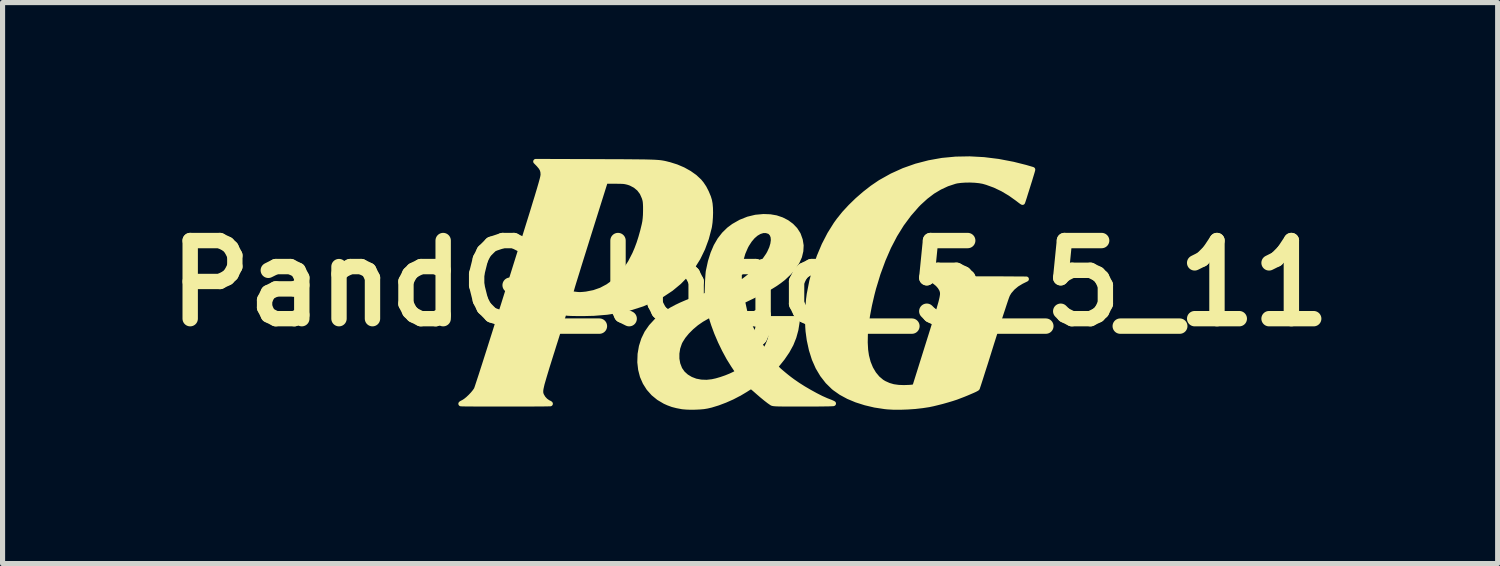
<source format=kicad_pcb>
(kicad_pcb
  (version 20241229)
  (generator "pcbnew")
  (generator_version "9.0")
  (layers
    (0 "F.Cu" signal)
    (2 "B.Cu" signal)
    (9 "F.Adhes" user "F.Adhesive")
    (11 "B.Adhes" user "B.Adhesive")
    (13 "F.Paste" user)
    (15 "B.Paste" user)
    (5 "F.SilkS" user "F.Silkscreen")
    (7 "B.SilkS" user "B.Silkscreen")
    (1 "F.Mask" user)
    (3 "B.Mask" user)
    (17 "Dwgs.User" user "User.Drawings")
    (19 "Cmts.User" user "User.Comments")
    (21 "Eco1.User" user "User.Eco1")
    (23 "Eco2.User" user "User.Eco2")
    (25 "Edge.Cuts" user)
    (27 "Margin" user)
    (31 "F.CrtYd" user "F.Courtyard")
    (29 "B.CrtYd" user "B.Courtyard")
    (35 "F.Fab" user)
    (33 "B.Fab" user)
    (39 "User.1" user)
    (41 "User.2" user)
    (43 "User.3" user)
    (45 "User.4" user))
  (footprint "PandG_logo_5_5_11"
    (layer "F.Cu")
    (at 11.582 2.477)
    (property "Reference" "PandG_logo_5_5_11" (at 0 0 0) (layer "F.SilkS") (effects (font (size 1.524 1.524) (thickness 0.3))))
    (attr through_hole)
    (fp_poly (pts (xy 5.513 -2.219) (xy 5.511 -2.208) (xy 5.503 -2.179) (xy 5.49 -2.135) (xy 5.473 -2.08) (xy 5.454 -2.016) (xy 5.432 -1.947) (xy 5.41 -1.876) (xy 5.388 -1.806) (xy 5.367 -1.74) (xy 5.349 -1.681) (xy 5.333 -1.633) (xy 5.322 -1.599) (xy 5.315 -1.581) (xy 5.315 -1.58) (xy 5.305 -1.585) (xy 5.282 -1.601) (xy 5.249 -1.626) (xy 5.214 -1.653) (xy 5.075 -1.752) (xy 4.927 -1.84) (xy 4.774 -1.913) (xy 4.623 -1.968) (xy 4.547 -1.99) (xy 4.474 -2.003) (xy 4.387 -2.012) (xy 4.294 -2.016) (xy 4.199 -2.015) (xy 4.11 -2.009) (xy 4.033 -1.999) (xy 3.995 -1.99) (xy 3.843 -1.94) (xy 3.699 -1.873) (xy 3.562 -1.791) (xy 3.428 -1.689) (xy 3.295 -1.568) (xy 3.253 -1.525) (xy 3.1 -1.35) (xy 2.956 -1.156) (xy 2.824 -0.943) (xy 2.703 -0.711) (xy 2.594 -0.46) (xy 2.495 -0.191) (xy 2.408 0.095) (xy 2.377 0.215) (xy 2.328 0.426) (xy 2.29 0.626) (xy 2.264 0.815) (xy 2.248 0.991) (xy 2.245 1.153) (xy 2.253 1.299) (xy 2.27 1.416) (xy 2.304 1.546) (xy 2.352 1.663) (xy 2.413 1.766) (xy 2.485 1.853) (xy 2.567 1.922) (xy 2.615 1.951) (xy 2.704 1.991) (xy 2.794 2.017) (xy 2.893 2.031) (xy 2.998 2.035) (xy 3.055 2.033) (xy 3.108 2.031) (xy 3.15 2.028) (xy 3.176 2.024) (xy 3.215 2.015) (xy 3.485 1.154) (xy 3.536 0.992) (xy 3.58 0.85) (xy 3.619 0.725) (xy 3.652 0.618) (xy 3.68 0.526) (xy 3.702 0.448) (xy 3.721 0.383) (xy 3.735 0.328) (xy 3.745 0.283) (xy 3.751 0.247) (xy 3.755 0.217) (xy 3.755 0.192) (xy 3.753 0.171) (xy 3.749 0.152) (xy 3.743 0.135) (xy 3.736 0.117) (xy 3.733 0.111) (xy 3.704 0.064) (xy 3.661 0.015) (xy 3.607 -0.029) (xy 3.563 -0.058) (xy 3.514 -0.083) (xy 3.983 -0.086) (xy 4.11 -0.087) (xy 4.251 -0.087) (xy 4.402 -0.087) (xy 4.554 -0.087) (xy 4.703 -0.087) (xy 4.84 -0.087) (xy 4.921 -0.086) (xy 5.389 -0.083) (xy 5.292 -0.035) (xy 5.201 0.02) (xy 5.121 0.087) (xy 5.056 0.162) (xy 5.023 0.217) (xy 5.014 0.238) (xy 4.999 0.278) (xy 4.979 0.336) (xy 4.954 0.411) (xy 4.925 0.5) (xy 4.891 0.602) (xy 4.855 0.715) (xy 4.816 0.837) (xy 4.774 0.968) (xy 4.731 1.104) (xy 4.713 1.16) (xy 4.671 1.295) (xy 4.631 1.423) (xy 4.593 1.544) (xy 4.557 1.656) (xy 4.525 1.756) (xy 4.497 1.845) (xy 4.473 1.919) (xy 4.454 1.978) (xy 4.44 2.019) (xy 4.433 2.042) (xy 4.431 2.046) (xy 4.415 2.056) (xy 4.383 2.073) (xy 4.337 2.094) (xy 4.281 2.118) (xy 4.22 2.144) (xy 4.156 2.17) (xy 4.093 2.194) (xy 4.036 2.216) (xy 4.014 2.224) (xy 3.934 2.25) (xy 3.843 2.277) (xy 3.748 2.304) (xy 3.653 2.328) (xy 3.567 2.349) (xy 3.495 2.364) (xy 3.492 2.365) (xy 3.361 2.385) (xy 3.221 2.401) (xy 3.077 2.411) (xy 2.936 2.416) (xy 2.802 2.416) (xy 2.681 2.409) (xy 2.632 2.404) (xy 2.434 2.374) (xy 2.248 2.33) (xy 2.075 2.275) (xy 1.917 2.209) (xy 1.775 2.132) (xy 1.651 2.045) (xy 1.628 2.026) (xy 1.513 1.913) (xy 1.412 1.783) (xy 1.325 1.637) (xy 1.253 1.474) (xy 1.197 1.296) (xy 1.155 1.103) (xy 1.132 0.934) (xy 1.126 0.849) (xy 1.123 0.749) (xy 1.124 0.638) (xy 1.127 0.524) (xy 1.133 0.412) (xy 1.142 0.309) (xy 1.154 0.22) (xy 1.154 0.217) (xy 1.204 -0.038) (xy 1.269 -0.285) (xy 1.35 -0.522) (xy 1.445 -0.747) (xy 1.554 -0.958) (xy 1.676 -1.153) (xy 1.731 -1.229) (xy 1.837 -1.361) (xy 1.96 -1.494) (xy 2.095 -1.625) (xy 2.238 -1.749) (xy 2.384 -1.863) (xy 2.528 -1.961) (xy 2.545 -1.972) (xy 2.767 -2.096) (xy 2.999 -2.201) (xy 3.24 -2.286) (xy 3.49 -2.351) (xy 3.747 -2.397) (xy 4.012 -2.422) (xy 4.283 -2.427) (xy 4.56 -2.412) (xy 4.843 -2.377) (xy 5.13 -2.322) (xy 5.373 -2.261) (xy 5.424 -2.246) (xy 5.468 -2.233) (xy 5.499 -2.224) (xy 5.513 -2.219) (xy 5.513 -2.219)) (stroke (width 0.1) (type solid)) (fill yes) (layer "F.SilkS"))
    (fp_poly (pts (xy -0.772 -1.378) (xy -0.775 -1.284) (xy -0.782 -1.191) (xy -0.794 -1.107) (xy -0.798 -1.088) (xy -0.853 -0.878) (xy -0.926 -0.68) (xy -1.016 -0.495) (xy -1.123 -0.324) (xy -1.246 -0.167) (xy -1.386 -0.024) (xy -1.542 0.105) (xy -1.714 0.219) (xy -1.9 0.318) (xy -2.038 0.376) (xy -2.038 -1.427) (xy -2.038 -1.495) (xy -2.04 -1.546) (xy -2.043 -1.585) (xy -2.048 -1.619) (xy -2.057 -1.651) (xy -2.065 -1.676) (xy -2.105 -1.767) (xy -2.163 -1.844) (xy -2.237 -1.906) (xy -2.326 -1.953) (xy -2.369 -1.968) (xy -2.403 -1.977) (xy -2.435 -1.984) (xy -2.472 -1.989) (xy -2.517 -1.991) (xy -2.576 -1.992) (xy -2.636 -1.993) (xy -2.823 -1.993) (xy -3.166 -0.901) (xy -3.213 -0.75) (xy -3.258 -0.606) (xy -3.301 -0.469) (xy -3.341 -0.341) (xy -3.377 -0.223) (xy -3.41 -0.117) (xy -3.439 -0.024) (xy -3.463 0.055) (xy -3.481 0.118) (xy -3.495 0.163) (xy -3.502 0.19) (xy -3.504 0.197) (xy -3.49 0.202) (xy -3.461 0.207) (xy -3.422 0.212) (xy -3.38 0.217) (xy -3.342 0.22) (xy -3.331 0.221) (xy -3.302 0.22) (xy -3.259 0.217) (xy -3.21 0.212) (xy -3.192 0.21) (xy -3.045 0.181) (xy -2.905 0.132) (xy -2.773 0.062) (xy -2.649 -0.027) (xy -2.535 -0.136) (xy -2.429 -0.262) (xy -2.334 -0.407) (xy -2.25 -0.57) (xy -2.206 -0.673) (xy -2.166 -0.78) (xy -2.128 -0.899) (xy -2.094 -1.021) (xy -2.066 -1.136) (xy -2.064 -1.144) (xy -2.052 -1.205) (xy -2.045 -1.266) (xy -2.04 -1.332) (xy -2.038 -1.412) (xy -2.038 -1.427) (xy -2.038 0.376) (xy -2.102 0.403) (xy -2.317 0.472) (xy -2.547 0.525) (xy -2.79 0.563) (xy -3.047 0.584) (xy -3.254 0.589) (xy -3.33 0.589) (xy -3.402 0.588) (xy -3.467 0.587) (xy -3.52 0.585) (xy -3.556 0.583) (xy -3.562 0.582) (xy -3.628 0.575) (xy -3.646 0.629) (xy -3.652 0.649) (xy -3.665 0.688) (xy -3.682 0.744) (xy -3.705 0.816) (xy -3.732 0.901) (xy -3.762 0.997) (xy -3.795 1.103) (xy -3.831 1.216) (xy -3.868 1.335) (xy -3.875 1.356) (xy -3.92 1.5) (xy -3.959 1.624) (xy -3.991 1.73) (xy -4.018 1.82) (xy -4.04 1.896) (xy -4.058 1.958) (xy -4.07 2.01) (xy -4.079 2.051) (xy -4.084 2.085) (xy -4.085 2.112) (xy -4.084 2.135) (xy -4.08 2.155) (xy -4.074 2.173) (xy -4.066 2.191) (xy -4.065 2.193) (xy -4.035 2.243) (xy -3.993 2.288) (xy -3.947 2.321) (xy -3.934 2.328) (xy -3.91 2.339) (xy -3.898 2.348) (xy -3.897 2.349) (xy -3.908 2.349) (xy -3.94 2.35) (xy -3.99 2.351) (xy -4.057 2.352) (xy -4.14 2.352) (xy -4.237 2.353) (xy -4.346 2.353) (xy -4.465 2.354) (xy -4.593 2.354) (xy -4.728 2.354) (xy -4.769 2.354) (xy -4.906 2.354) (xy -5.036 2.354) (xy -5.158 2.354) (xy -5.271 2.353) (xy -5.371 2.353) (xy -5.458 2.352) (xy -5.53 2.352) (xy -5.586 2.351) (xy -5.623 2.35) (xy -5.64 2.349) (xy -5.641 2.349) (xy -5.632 2.342) (xy -5.608 2.329) (xy -5.588 2.319) (xy -5.549 2.294) (xy -5.502 2.256) (xy -5.453 2.21) (xy -5.406 2.16) (xy -5.367 2.112) (xy -5.339 2.071) (xy -5.339 2.071) (xy -5.333 2.055) (xy -5.32 2.018) (xy -5.302 1.963) (xy -5.278 1.89) (xy -5.248 1.799) (xy -5.214 1.693) (xy -5.175 1.572) (xy -5.132 1.437) (xy -5.085 1.29) (xy -5.035 1.131) (xy -4.981 0.961) (xy -4.925 0.782) (xy -4.866 0.594) (xy -4.804 0.399) (xy -4.741 0.198) (xy -4.676 -0.009) (xy -4.674 -0.017) (xy -4.597 -0.263) (xy -4.526 -0.49) (xy -4.461 -0.697) (xy -4.402 -0.885) (xy -4.349 -1.056) (xy -4.301 -1.21) (xy -4.258 -1.348) (xy -4.22 -1.472) (xy -4.187 -1.581) (xy -4.157 -1.677) (xy -4.132 -1.761) (xy -4.11 -1.834) (xy -4.092 -1.896) (xy -4.077 -1.948) (xy -4.065 -1.992) (xy -4.055 -2.028) (xy -4.048 -2.057) (xy -4.043 -2.08) (xy -4.04 -2.098) (xy -4.038 -2.111) (xy -4.037 -2.121) (xy -4.041 -2.176) (xy -4.054 -2.222) (xy -4.079 -2.265) (xy -4.119 -2.313) (xy -4.129 -2.324) (xy -4.181 -2.377) (xy -3.004 -2.373) (xy -2.813 -2.372) (xy -2.643 -2.371) (xy -2.493 -2.371) (xy -2.36 -2.37) (xy -2.244 -2.369) (xy -2.143 -2.368) (xy -2.056 -2.367) (xy -1.981 -2.365) (xy -1.917 -2.363) (xy -1.863 -2.361) (xy -1.816 -2.358) (xy -1.776 -2.355) (xy -1.741 -2.351) (xy -1.71 -2.346) (xy -1.682 -2.341) (xy -1.654 -2.335) (xy -1.626 -2.328) (xy -1.596 -2.32) (xy -1.577 -2.316) (xy -1.437 -2.272) (xy -1.306 -2.216) (xy -1.186 -2.149) (xy -1.08 -2.074) (xy -0.991 -1.991) (xy -0.949 -1.94) (xy -0.898 -1.864) (xy -0.852 -1.774) (xy -0.813 -1.681) (xy -0.793 -1.616) (xy -0.781 -1.55) (xy -0.774 -1.469) (xy -0.772 -1.378)) (stroke (width 0.1) (type solid)) (fill yes) (layer "F.SilkS"))
    (fp_poly (pts (xy 1.626 2.345) (xy 1.617 2.347) (xy 1.588 2.348) (xy 1.541 2.35) (xy 1.478 2.351) (xy 1.4 2.352) (xy 1.31 2.353) (xy 1.21 2.354) (xy 1.102 2.354) (xy 1.046 2.354) (xy 0.915 2.354) (xy 0.805 2.354) (xy 0.713 2.353) (xy 0.638 2.353) (xy 0.578 2.352) (xy 0.531 2.351) (xy 0.495 2.349) (xy 0.469 2.347) (xy 0.45 2.344) (xy 0.437 2.341) (xy 0.428 2.337) (xy 0.424 2.335) (xy 0.372 2.299) (xy 0.307 2.249) (xy 0.233 2.188) (xy 0.153 2.119) (xy 0.146 2.113) (xy 0.103 2.075) (xy 0.067 2.044) (xy 0.039 2.022) (xy 0.023 2.011) (xy 0.021 2.01) (xy 0.009 2.016) (xy -0.018 2.031) (xy -0.055 2.054) (xy -0.091 2.077) (xy -0.213 2.15) (xy -0.236 2.161) (xy -0.236 1.731) (xy -0.326 1.596) (xy -0.414 1.455) (xy -0.499 1.298) (xy -0.579 1.133) (xy -0.651 0.965) (xy -0.711 0.802) (xy -0.734 0.731) (xy -0.77 0.612) (xy -0.838 0.646) (xy -0.945 0.707) (xy -1.049 0.779) (xy -1.145 0.86) (xy -1.231 0.946) (xy -1.304 1.035) (xy -1.359 1.122) (xy -1.377 1.158) (xy -1.412 1.26) (xy -1.429 1.367) (xy -1.429 1.473) (xy -1.411 1.574) (xy -1.375 1.667) (xy -1.37 1.678) (xy -1.315 1.756) (xy -1.244 1.82) (xy -1.159 1.871) (xy -1.063 1.908) (xy -0.957 1.928) (xy -0.845 1.932) (xy -0.738 1.92) (xy -0.656 1.902) (xy -0.564 1.875) (xy -0.471 1.843) (xy -0.382 1.807) (xy -0.305 1.771) (xy -0.273 1.753) (xy -0.236 1.731) (xy -0.236 2.161) (xy -0.347 2.219) (xy -0.487 2.281) (xy -0.627 2.334) (xy -0.761 2.375) (xy -0.838 2.393) (xy -0.904 2.404) (xy -0.984 2.411) (xy -1.072 2.415) (xy -1.161 2.416) (xy -1.244 2.413) (xy -1.313 2.407) (xy -1.327 2.405) (xy -1.427 2.386) (xy -1.513 2.364) (xy -1.594 2.334) (xy -1.661 2.304) (xy -1.781 2.233) (xy -1.886 2.147) (xy -1.975 2.047) (xy -2.046 1.935) (xy -2.1 1.812) (xy -2.134 1.68) (xy -2.15 1.539) (xy -2.145 1.391) (xy -2.145 1.382) (xy -2.119 1.232) (xy -2.075 1.094) (xy -2.013 0.966) (xy -1.93 0.847) (xy -1.828 0.736) (xy -1.75 0.667) (xy -1.679 0.612) (xy -1.606 0.561) (xy -1.527 0.513) (xy -1.441 0.467) (xy -1.345 0.421) (xy -1.236 0.374) (xy -1.112 0.325) (xy -0.969 0.272) (xy -0.916 0.253) (xy -0.838 0.226) (xy -0.831 0.021) (xy -0.828 -0.049) (xy -0.824 -0.116) (xy -0.82 -0.175) (xy -0.816 -0.22) (xy -0.812 -0.244) (xy -0.773 -0.423) (xy -0.723 -0.582) (xy -0.663 -0.723) (xy -0.591 -0.847) (xy -0.507 -0.955) (xy -0.411 -1.049) (xy -0.321 -1.116) (xy -0.182 -1.195) (xy -0.039 -1.252) (xy 0.109 -1.288) (xy 0.262 -1.302) (xy 0.391 -1.297) (xy 0.507 -1.277) (xy 0.617 -1.24) (xy 0.718 -1.188) (xy 0.806 -1.123) (xy 0.879 -1.047) (xy 0.935 -0.96) (xy 0.94 -0.95) (xy 0.978 -0.844) (xy 0.995 -0.738) (xy 0.989 -0.631) (xy 0.963 -0.523) (xy 0.915 -0.416) (xy 0.846 -0.311) (xy 0.757 -0.206) (xy 0.648 -0.104) (xy 0.572 -0.045) (xy 0.495 0.009) (xy 0.455 0.034) (xy 0.455 -0.842) (xy 0.45 -0.906) (xy 0.43 -0.959) (xy 0.396 -0.998) (xy 0.377 -1.011) (xy 0.315 -1.031) (xy 0.25 -1.03) (xy 0.183 -1.009) (xy 0.117 -0.971) (xy 0.052 -0.915) (xy -0.01 -0.842) (xy -0.066 -0.755) (xy -0.087 -0.716) (xy -0.141 -0.591) (xy -0.179 -0.458) (xy -0.202 -0.315) (xy -0.211 -0.158) (xy -0.211 -0.131) (xy -0.211 -0.071) (xy -0.209 -0.032) (xy -0.203 -0.011) (xy -0.189 -0.008) (xy -0.165 -0.019) (xy -0.129 -0.045) (xy -0.102 -0.064) (xy -0.02 -0.128) (xy 0.065 -0.205) (xy 0.149 -0.291) (xy 0.228 -0.38) (xy 0.298 -0.469) (xy 0.356 -0.553) (xy 0.382 -0.6) (xy 0.421 -0.686) (xy 0.445 -0.768) (xy 0.455 -0.842) (xy 0.455 0.034) (xy 0.403 0.066) (xy 0.294 0.127) (xy 0.167 0.193) (xy 0.051 0.249) (xy -0.146 0.344) (xy -0.139 0.391) (xy -0.107 0.54) (xy -0.058 0.697) (xy 0.007 0.857) (xy 0.086 1.016) (xy 0.177 1.171) (xy 0.208 1.219) (xy 0.234 1.26) (xy 0.254 1.292) (xy 0.265 1.309) (xy 0.266 1.31) (xy 0.276 1.32) (xy 0.287 1.313) (xy 0.293 1.305) (xy 0.317 1.268) (xy 0.342 1.217) (xy 0.367 1.158) (xy 0.389 1.098) (xy 0.401 1.056) (xy 0.418 0.966) (xy 0.421 0.89) (xy 0.408 0.825) (xy 0.379 0.768) (xy 0.347 0.73) (xy 0.306 0.688) (xy 0.615 0.688) (xy 0.924 0.688) (xy 0.916 0.758) (xy 0.892 0.908) (xy 0.853 1.049) (xy 0.798 1.186) (xy 0.724 1.321) (xy 0.632 1.456) (xy 0.54 1.571) (xy 0.516 1.599) (xy 0.506 1.617) (xy 0.506 1.631) (xy 0.514 1.647) (xy 0.515 1.648) (xy 0.532 1.667) (xy 0.563 1.698) (xy 0.606 1.735) (xy 0.657 1.778) (xy 0.712 1.823) (xy 0.767 1.866) (xy 0.821 1.906) (xy 0.829 1.912) (xy 0.932 1.983) (xy 1.044 2.054) (xy 1.161 2.122) (xy 1.277 2.186) (xy 1.387 2.242) (xy 1.488 2.287) (xy 1.532 2.304) (xy 1.573 2.32) (xy 1.605 2.334) (xy 1.624 2.344) (xy 1.626 2.345)) (stroke (width 0.1) (type solid)) (fill yes) (layer "F.SilkS")))
  (gr_rect
    (start -3 -3)
    (end 26.165 7.944)
    (stroke (width 0.1) (type default))
    (fill no)
    (layer "Edge.Cuts")))
</source>
